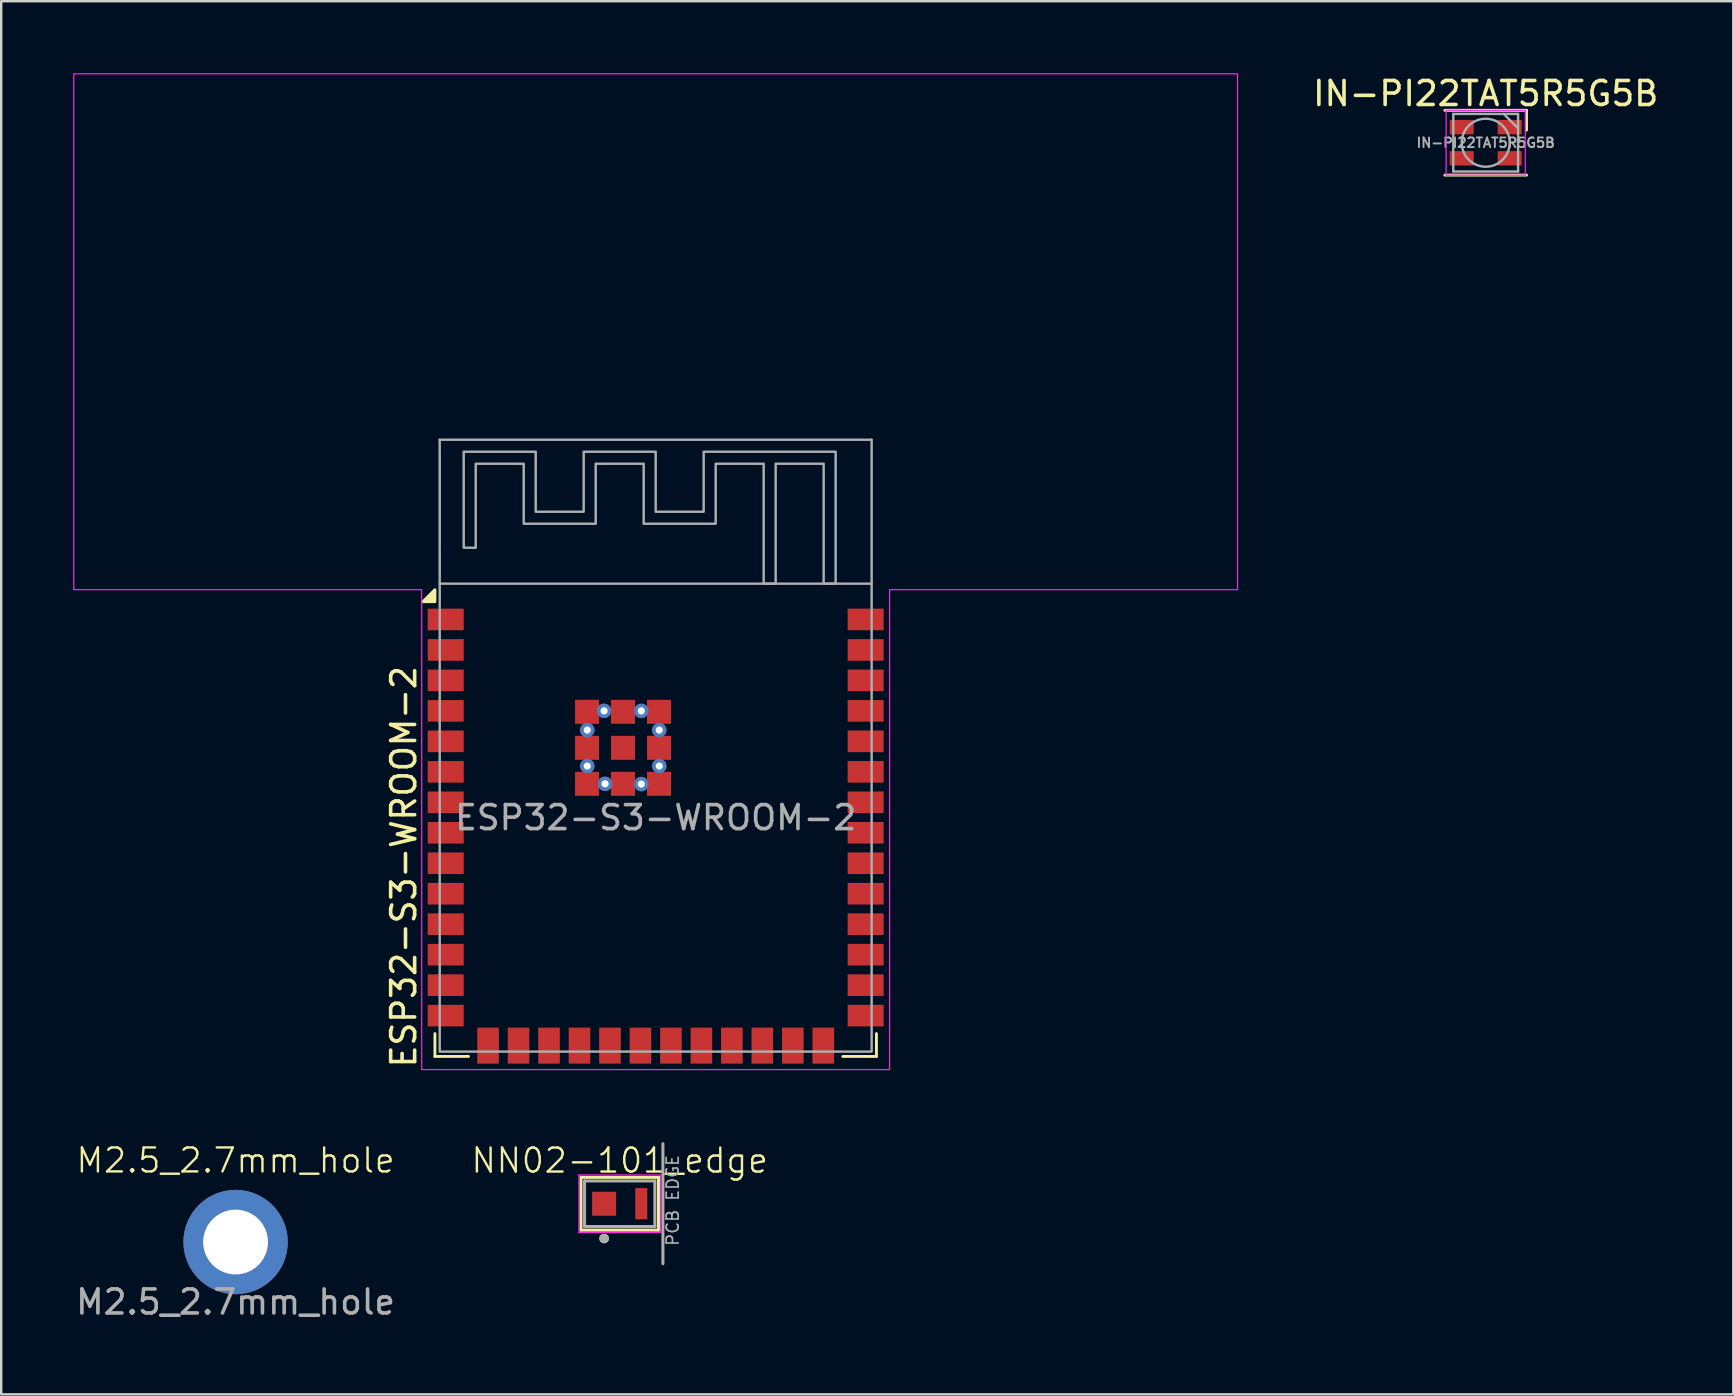
<source format=kicad_pcb>
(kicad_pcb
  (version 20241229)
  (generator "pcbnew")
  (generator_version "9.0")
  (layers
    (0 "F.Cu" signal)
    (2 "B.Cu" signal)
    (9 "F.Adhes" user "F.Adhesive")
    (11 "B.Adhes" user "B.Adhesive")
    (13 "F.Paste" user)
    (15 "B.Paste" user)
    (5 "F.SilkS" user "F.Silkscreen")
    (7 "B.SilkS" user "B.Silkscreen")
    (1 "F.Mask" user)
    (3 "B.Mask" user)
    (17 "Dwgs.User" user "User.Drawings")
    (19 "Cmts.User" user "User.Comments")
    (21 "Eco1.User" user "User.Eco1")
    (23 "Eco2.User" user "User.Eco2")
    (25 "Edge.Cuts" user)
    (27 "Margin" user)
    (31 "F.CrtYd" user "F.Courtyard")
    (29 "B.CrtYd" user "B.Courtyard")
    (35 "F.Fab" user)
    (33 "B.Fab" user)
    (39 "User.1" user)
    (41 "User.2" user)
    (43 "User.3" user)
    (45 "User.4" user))
  (footprint "NN02-101_edge"
    (layer "F.Cu")
    (at 22.776 47.114)
    (property "Reference" "NN02-101_edge" (at 0 -1.8 0) (unlocked yes) (layer "F.SilkS") (effects (font (size 1 1) (thickness 0.1))))
    (attr smd)
    (fp_line (start -1.615 -1.1) (end -1.615 1.1) (stroke (width 0.127) (type solid)) (layer "F.SilkS"))
    (fp_line (start -1.615 -1.1) (end 1.615 -1.1) (stroke (width 0.127) (type solid)) (layer "F.SilkS"))
    (fp_line (start -1.615 1.1) (end 1.615 1.1) (stroke (width 0.127) (type solid)) (layer "F.SilkS"))
    (fp_line (start 1.615 -1.1) (end 1.615 1.1) (stroke (width 0.127) (type solid)) (layer "F.SilkS"))
    (fp_circle (center -0.65 1.45) (end -0.75 1.45) (stroke (width 0.2) (type solid)) (fill no) (layer "F.SilkS"))
    (fp_line (start -1.7 -1.2) (end -1.7 1.2) (stroke (width 0.05) (type solid)) (layer "F.CrtYd"))
    (fp_line (start 1.7 -1.2) (end -1.7 -1.2) (stroke (width 0.05) (type solid)) (layer "F.CrtYd"))
    (fp_line (start 1.7 -1.2) (end 1.7 1.2) (stroke (width 0.05) (type solid)) (layer "F.CrtYd"))
    (fp_line (start 1.7 1.2) (end -1.7 1.2) (stroke (width 0.05) (type solid)) (layer "F.CrtYd"))
    (fp_line (start -1.465 -0.95) (end -1.465 0.95) (stroke (width 0.127) (type solid)) (layer "F.Fab"))
    (fp_line (start -1.465 -0.95) (end 1.465 -0.95) (stroke (width 0.127) (type solid)) (layer "F.Fab"))
    (fp_line (start -1.465 0.95) (end 1.465 0.95) (stroke (width 0.127) (type solid)) (layer "F.Fab"))
    (fp_line (start 1.465 -0.95) (end 1.465 0.95) (stroke (width 0.127) (type solid)) (layer "F.Fab"))
    (fp_line (start 1.8 -2.5) (end 1.8 2.5) (stroke (width 0.127) (type solid)) (layer "F.Fab"))
    (fp_circle (center -0.65 1.45) (end -0.75 1.45) (stroke (width 0.2) (type solid)) (fill no) (layer "F.Fab"))
    (fp_text user "PCB EDGE" (at 2.5 1.8 90) (unlocked yes) (layer "F.Fab") (effects (font (size 0.5 0.5) (thickness 0.07) (bold yes)) (justify left bottom)))
    (pad "1" smd rect (at 0.9 0 180) (size 0.5 1.3) (layers "F.Cu" "F.Mask" "F.Paste"))
    (pad "2" smd rect (at -0.65 0 180) (size 1 1) (layers "F.Cu" "F.Mask" "F.Paste"))
    (zone (net_name "") (layers "F.Cu" "B.Cu" "F.SilkS") (hatch edge 0.2) (connect_pads) (min_thickness 0.25) (filled_areas_thickness no) (keepout (tracks allowed) (vias not_allowed) (pads allowed) (copperpour not_allowed) (footprints allowed)) (placement (enabled no)) (fill) (polygon (pts (xy 19.476 44.614) (xy 24.476 44.614) (xy 24.476 49.614) (xy 19.476 49.614)))))
  (footprint "IN-PI22TAT5R5G5B"
    (layer "F.Cu")
    (at 58.865 2.898)
    (property "Reference" "IN-PI22TAT5R5G5B" (at 0 -2.05 0) (unlocked yes) (layer "F.SilkS") (effects (font (size 1 1) (thickness 0.15))))
    (attr smd)
    (fp_line (start 1.7 -1.35) (end -1.7 -1.35) (stroke (width 0.12) (type solid)) (layer "F.SilkS"))
    (fp_line (start 1.7 -1.35) (end 1.7 -0.525) (stroke (width 0.12) (type solid)) (layer "F.SilkS"))
    (fp_line (start 1.7 1.35) (end -1.7 1.35) (stroke (width 0.12) (type solid)) (layer "F.SilkS"))
    (fp_line (start -1.65 -1.35) (end -1.65 1.35) (stroke (width 0.05) (type solid)) (layer "F.CrtYd"))
    (fp_line (start -1.65 1.35) (end 1.65 1.35) (stroke (width 0.05) (type solid)) (layer "F.CrtYd"))
    (fp_line (start 1.65 -1.35) (end -1.65 -1.35) (stroke (width 0.05) (type solid)) (layer "F.CrtYd"))
    (fp_line (start 1.65 1.35) (end 1.65 -1.35) (stroke (width 0.05) (type solid)) (layer "F.CrtYd"))
    (fp_line (start -1.35 -1.2) (end -1.35 1.2) (stroke (width 0.1) (type solid)) (layer "F.Fab"))
    (fp_line (start -1.35 1.2) (end 1.35 1.2) (stroke (width 0.1) (type solid)) (layer "F.Fab"))
    (fp_line (start 1.35 -1.2) (end -1.35 -1.2) (stroke (width 0.1) (type solid)) (layer "F.Fab"))
    (fp_line (start 1.35 -0.6) (end 0.75 -1.2) (stroke (width 0.1) (type solid)) (layer "F.Fab"))
    (fp_line (start 1.35 1.2) (end 1.35 -1.2) (stroke (width 0.1) (type solid)) (layer "F.Fab"))
    (fp_circle (center 0 0) (end 0 1) (stroke (width 0.1) (type solid)) (fill no) (layer "F.Fab"))
    (fp_text user "${REFERENCE}" (at 0 0 0) (layer "F.Fab") (effects (font (size 0.4 0.4) (thickness 0.08))))
    (pad "1" smd rect (at 1 0.65 180) (size 1 0.6) (layers "F.Cu" "F.Mask" "F.Paste"))
    (pad "2" smd rect (at 1 -0.65 180) (size 1 0.6) (layers "F.Cu" "F.Mask" "F.Paste"))
    (pad "3" smd rect (at -1 -0.65 180) (size 1 0.6) (layers "F.Cu" "F.Mask" "F.Paste"))
    (pad "4" smd rect (at -1 0.65 180) (size 1 0.6) (layers "F.Cu" "F.Mask" "F.Paste")))
  (footprint "ESP32-S3-WROOM-2"
    (layer "F.Cu")
    (at 24.275 28.025)
    (property "Reference" "ESP32-S3-WROOM-2" (at -10.5 13.5 90) (layer "F.SilkS") (effects (font (size 1 1) (thickness 0.15)) (justify left)))
    (attr smd)
    (fp_line (start -9.2 12.95) (end -9.2 12) (stroke (width 0.12) (type solid)) (layer "F.SilkS"))
    (fp_line (start -7.8 12.95) (end -9.2 12.95) (stroke (width 0.12) (type solid)) (layer "F.SilkS"))
    (fp_line (start 7.8 12.95) (end 9.2 12.95) (stroke (width 0.12) (type solid)) (layer "F.SilkS"))
    (fp_line (start 9.2 12.95) (end 9.2 12) (stroke (width 0.12) (type solid)) (layer "F.SilkS"))
    (fp_poly (pts (xy -9.2 -6) (xy -9.7 -6) (xy -9.2 -6.5) (xy -9.2 -6)) (stroke (width 0.12) (type solid)) (fill yes) (layer "F.SilkS"))
    (fp_poly (pts (xy -24.25 -28) (xy 24.25 -28) (xy 24.25 -6.5) (xy 9.75 -6.5) (xy 9.75 13.5) (xy -9.75 13.5) (xy -9.75 -6.5) (xy -24.25 -6.5)) (stroke (width 0.05) (type solid)) (fill no) (layer "F.CrtYd"))
    (fp_line (start -9 -12.75) (end 9 -12.75) (stroke (width 0.1) (type solid)) (layer "F.Fab"))
    (fp_line (start -9 -6.75) (end -9 -12.75) (stroke (width 0.1) (type solid)) (layer "F.Fab"))
    (fp_line (start 9 -12.75) (end 9 -6.75) (stroke (width 0.1) (type solid)) (layer "F.Fab"))
    (fp_rect (start -9 -6.75) (end 9 12.75) (stroke (width 0.1) (type solid)) (fill no) (layer "F.Fab"))
    (fp_poly (pts (xy -5 -9.75) (xy -3 -9.75) (xy -3 -12.25) (xy 0 -12.25) (xy 0 -9.75) (xy 2 -9.75) (xy 2 -12.25) (xy 7.5 -12.25) (xy 7.5 -6.75) (xy 7 -6.75) (xy 7 -11.75) (xy 5 -11.75) (xy 5 -6.75) (xy 4.5 -6.75) (xy 4.5 -11.75) (xy 2.5 -11.75) (xy 2.5 -9.25) (xy -0.5 -9.25) (xy -0.5 -11.75) (xy -2.5 -11.75) (xy -2.5 -9.25) (xy -5.5 -9.25) (xy -5.5 -11.75) (xy -7.5 -11.75) (xy -7.5 -8.25) (xy -8 -8.25) (xy -8 -12.25) (xy -5 -12.25)) (stroke (width 0.1) (type solid)) (fill no) (layer "F.Fab"))
    (fp_text user "${REFERENCE}" (at 0 3 0) (layer "F.Fab") (effects (font (size 1 1) (thickness 0.15))))
    (pad "1" smd rect (at -8.75 -5.26) (size 1.5 0.9) (layers "F.Cu" "F.Mask" "F.Paste"))
    (pad "2" smd rect (at -8.75 -3.99) (size 1.5 0.9) (layers "F.Cu" "F.Mask" "F.Paste"))
    (pad "3" smd rect (at -8.75 -2.72) (size 1.5 0.9) (layers "F.Cu" "F.Mask" "F.Paste"))
    (pad "4" smd rect (at -8.75 -1.45) (size 1.5 0.9) (layers "F.Cu" "F.Mask" "F.Paste"))
    (pad "5" smd rect (at -8.75 -0.18) (size 1.5 0.9) (layers "F.Cu" "F.Mask" "F.Paste"))
    (pad "6" smd rect (at -8.75 1.09) (size 1.5 0.9) (layers "F.Cu" "F.Mask" "F.Paste"))
    (pad "7" smd rect (at -8.75 2.36) (size 1.5 0.9) (layers "F.Cu" "F.Mask" "F.Paste"))
    (pad "8" smd rect (at -8.75 3.63) (size 1.5 0.9) (layers "F.Cu" "F.Mask" "F.Paste"))
    (pad "9" smd rect (at -8.75 4.9) (size 1.5 0.9) (layers "F.Cu" "F.Mask" "F.Paste"))
    (pad "10" smd rect (at -8.75 6.17) (size 1.5 0.9) (layers "F.Cu" "F.Mask" "F.Paste"))
    (pad "11" smd rect (at -8.75 7.44) (size 1.5 0.9) (layers "F.Cu" "F.Mask" "F.Paste"))
    (pad "12" smd rect (at -8.75 8.71) (size 1.5 0.9) (layers "F.Cu" "F.Mask" "F.Paste"))
    (pad "13" smd rect (at -8.75 9.98) (size 1.5 0.9) (layers "F.Cu" "F.Mask" "F.Paste"))
    (pad "14" smd rect (at -8.75 11.25) (size 1.5 0.9) (layers "F.Cu" "F.Mask" "F.Paste"))
    (pad "15" smd rect (at -6.985 12.5 90) (size 1.5 0.9) (layers "F.Cu" "F.Mask" "F.Paste"))
    (pad "16" smd rect (at -5.715 12.5 90) (size 1.5 0.9) (layers "F.Cu" "F.Mask" "F.Paste"))
    (pad "17" smd rect (at -4.445 12.5 90) (size 1.5 0.9) (layers "F.Cu" "F.Mask" "F.Paste"))
    (pad "18" smd rect (at -3.175 12.5 90) (size 1.5 0.9) (layers "F.Cu" "F.Mask" "F.Paste"))
    (pad "19" smd rect (at -1.905 12.5 90) (size 1.5 0.9) (layers "F.Cu" "F.Mask" "F.Paste"))
    (pad "20" smd rect (at -0.635 12.5 90) (size 1.5 0.9) (layers "F.Cu" "F.Mask" "F.Paste"))
    (pad "21" smd rect (at 0.635 12.5 90) (size 1.5 0.9) (layers "F.Cu" "F.Mask" "F.Paste"))
    (pad "22" smd rect (at 1.905 12.5 90) (size 1.5 0.9) (layers "F.Cu" "F.Mask" "F.Paste"))
    (pad "23" smd rect (at 3.175 12.5 90) (size 1.5 0.9) (layers "F.Cu" "F.Mask" "F.Paste"))
    (pad "24" smd rect (at 4.445 12.5 90) (size 1.5 0.9) (layers "F.Cu" "F.Mask" "F.Paste"))
    (pad "25" smd rect (at 5.715 12.5 90) (size 1.5 0.9) (layers "F.Cu" "F.Mask" "F.Paste"))
    (pad "26" smd rect (at 6.985 12.5 90) (size 1.5 0.9) (layers "F.Cu" "F.Mask" "F.Paste"))
    (pad "27" smd rect (at 8.75 11.25) (size 1.5 0.9) (layers "F.Cu" "F.Mask" "F.Paste"))
    (pad "28" smd rect (at 8.75 9.98) (size 1.5 0.9) (layers "F.Cu" "F.Mask" "F.Paste"))
    (pad "29" smd rect (at 8.75 8.71) (size 1.5 0.9) (layers "F.Cu" "F.Mask" "F.Paste"))
    (pad "30" smd rect (at 8.75 7.44) (size 1.5 0.9) (layers "F.Cu" "F.Mask" "F.Paste"))
    (pad "31" smd rect (at 8.75 6.17) (size 1.5 0.9) (layers "F.Cu" "F.Mask" "F.Paste"))
    (pad "32" smd rect (at 8.75 4.9) (size 1.5 0.9) (layers "F.Cu" "F.Mask" "F.Paste"))
    (pad "33" smd rect (at 8.75 3.63) (size 1.5 0.9) (layers "F.Cu" "F.Mask" "F.Paste"))
    (pad "34" smd rect (at 8.75 2.36) (size 1.5 0.9) (layers "F.Cu" "F.Mask" "F.Paste"))
    (pad "35" smd rect (at 8.75 1.09) (size 1.5 0.9) (layers "F.Cu" "F.Mask" "F.Paste"))
    (pad "36" smd rect (at 8.75 -0.18) (size 1.5 0.9) (layers "F.Cu" "F.Mask" "F.Paste"))
    (pad "37" smd rect (at 8.75 -1.45) (size 1.5 0.9) (layers "F.Cu" "F.Mask" "F.Paste"))
    (pad "38" smd rect (at 8.75 -2.72) (size 1.5 0.9) (layers "F.Cu" "F.Mask" "F.Paste"))
    (pad "39" smd rect (at 8.75 -3.99) (size 1.5 0.9) (layers "F.Cu" "F.Mask" "F.Paste"))
    (pad "40" smd rect (at 8.75 -5.26) (size 1.5 0.9) (layers "F.Cu" "F.Mask" "F.Paste"))
    (pad "41" smd rect (at -2.86 -1.41) (size 1 1) (layers "F.Cu" "F.Mask" "F.Paste"))
    (pad "41" smd rect (at -2.86 0.09) (size 1 1) (layers "F.Cu" "F.Mask" "F.Paste"))
    (pad "41" smd rect (at -2.86 1.59) (size 1 1) (layers "F.Cu" "F.Mask" "F.Paste"))
    (pad "41" thru_hole circle (at -2.85 -0.65) (size 0.6 0.6) (drill 0.3) (layers "*.Cu" "*.Mask"))
    (pad "41" thru_hole circle (at -2.85 0.85) (size 0.6 0.6) (drill 0.3) (layers "*.Cu" "*.Mask"))
    (pad "41" thru_hole circle (at -2.15 -1.45) (size 0.6 0.6) (drill 0.3) (layers "*.Cu" "*.Mask"))
    (pad "41" thru_hole circle (at -2.11 1.59) (size 0.6 0.6) (drill 0.3) (layers "*.Cu" "*.Mask"))
    (pad "41" smd rect (at -1.36 -1.41) (size 1 1) (layers "F.Cu" "F.Mask" "F.Paste"))
    (pad "41" smd rect (at -1.36 0.09) (size 1 1) (layers "F.Cu" "F.Mask" "F.Paste"))
    (pad "41" smd rect (at -1.36 1.59) (size 1 1) (layers "F.Cu" "F.Mask" "F.Paste"))
    (pad "41" thru_hole circle (at -0.6 -1.45) (size 0.6 0.6) (drill 0.3) (layers "*.Cu" "*.Mask"))
    (pad "41" thru_hole circle (at -0.6 1.6) (size 0.6 0.6) (drill 0.3) (layers "*.Cu" "*.Mask"))
    (pad "41" smd rect (at 0.14 -1.41) (size 1 1) (layers "F.Cu" "F.Mask" "F.Paste"))
    (pad "41" smd rect (at 0.14 0.09) (size 1 1) (layers "F.Cu" "F.Mask" "F.Paste"))
    (pad "41" smd rect (at 0.14 1.59) (size 1 1) (layers "F.Cu" "F.Mask" "F.Paste"))
    (pad "41" thru_hole circle (at 0.15 -0.65) (size 0.6 0.6) (drill 0.3) (layers "*.Cu" "*.Mask"))
    (pad "41" thru_hole circle (at 0.15 0.85) (size 0.6 0.6) (drill 0.3) (layers "*.Cu" "*.Mask"))
    (zone (net_name "") (layer "F.Cu") (hatch full 0.5) (connect_pads) (min_thickness 0.25) (filled_areas_thickness no) (keepout (tracks not_allowed) (vias not_allowed) (pads not_allowed) (copperpour not_allowed) (footprints not_allowed)) (placement (enabled no)) (fill) (polygon (pts (xy 0.275 0.275) (xy 48.275 0.275) (xy 48.275 21.275) (xy 0.275 21.275)))))
  (footprint "M2.5_2.7mm_hole"
    (layer "F.Cu")
    (at 6.768 48.711)
    (property "Reference" "M2.5_2.7mm_hole" (at 0 -3.4 0) (unlocked yes) (layer "F.SilkS") (effects (font (size 1 1) (thickness 0.1))))
    (attr through_hole exclude_from_bom)
    (fp_text user "${REFERENCE}" (at 0 2.5 0) (unlocked yes) (layer "F.Fab") (effects (font (size 1 1) (thickness 0.15))))
    (pad "1" thru_hole circle (at 0 0) (size 4.35 4.35) (drill 2.7) (layers "*.Cu" "*.Mask")))
  (gr_rect
    (start -3 -3)
    (end 69.181 55.059)
    (stroke (width 0.1) (type default))
    (fill no)
    (layer "Edge.Cuts")))
</source>
